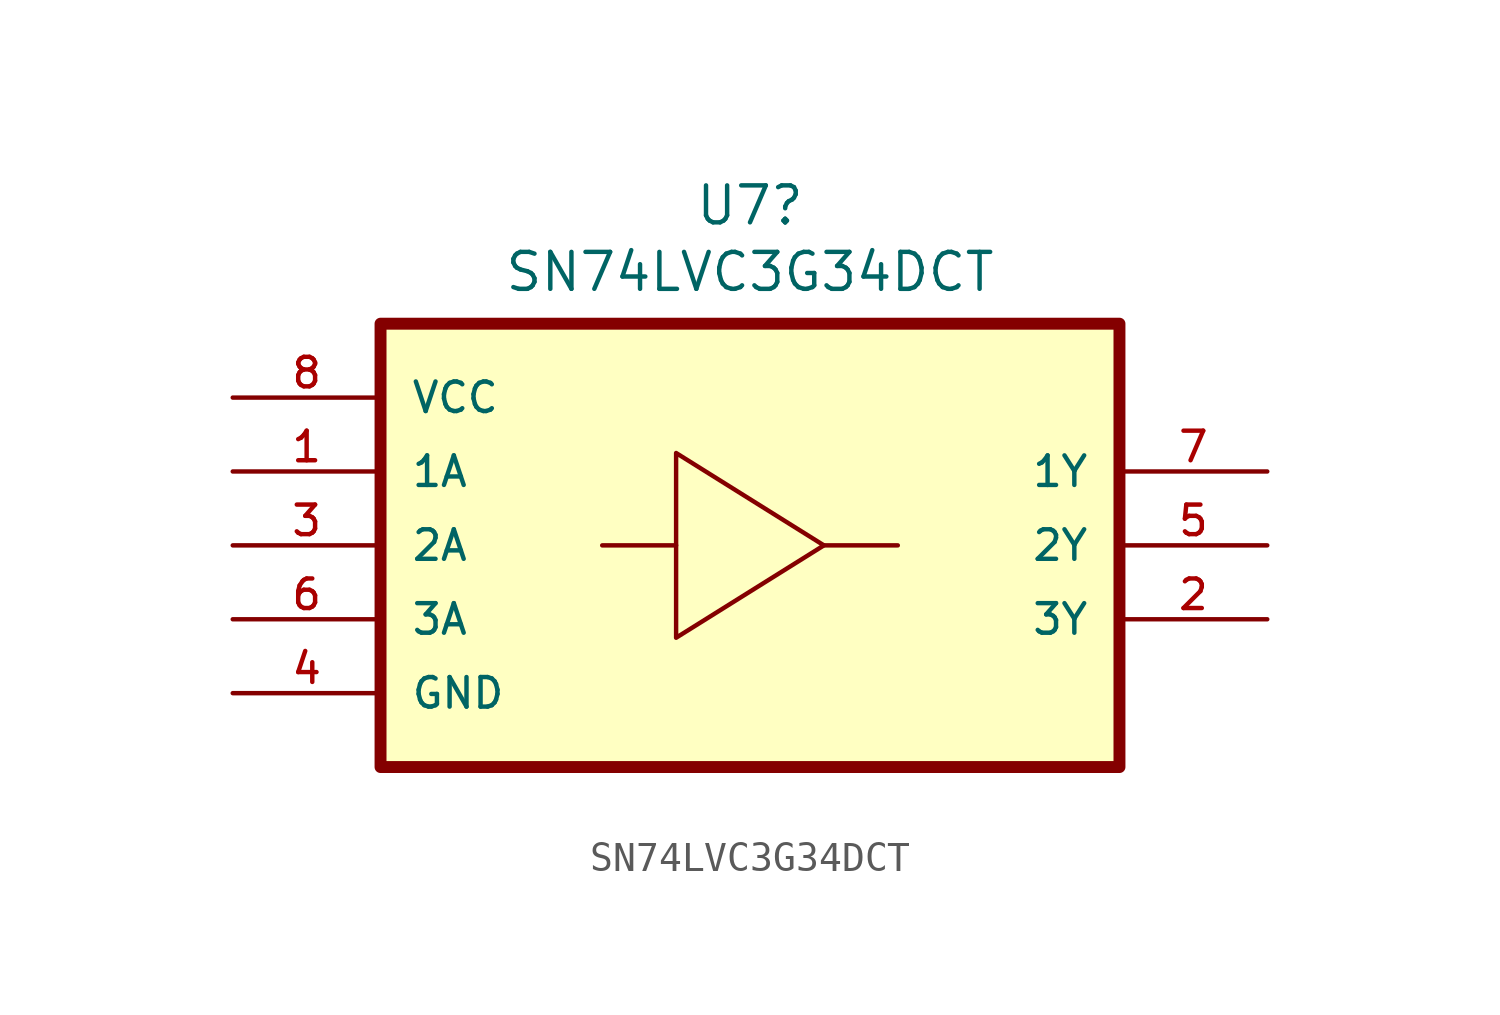
<source format=kicad_sym>
(kicad_symbol_lib
  (version 20241209)
  (generator "kicad_symbol_editor")
  (generator_version "9.0")
  (symbol "SN74LVC3G34DCT"
    (pin_names
      (offset 1.016))
    (property "Reference" "U7"
      (at 0 11.684 0)
      (effects (font (size 1.27 1.27))))
    (property "Value" "SN74LVC3G34DCT"
      (at 0 9.398 0)
      (effects (font (size 1.27 1.27))))
    (symbol "SN74LVC3G34DCT_0_0"
      (rectangle (start -12.7 7.62) (end 12.7 -7.62) (stroke (width 0.41) (type default)) (fill (type background)))
      (pin input line (at -17.78 2.54 0) (length 5.08) (name "1A" (effects (font (size 1.016 1.016)))) (number "1" (effects (font (size 1.016 1.016)))))
      (pin input line (at -17.78 0 0) (length 5.08) (name "2A" (effects (font (size 1.016 1.016)))) (number "3" (effects (font (size 1.016 1.016))))))
    (symbol "SN74LVC3G34DCT_0_1"
      (polyline (pts (xy -2.54 3.175) (xy -2.54 -3.175) (xy 2.54 0) (xy -2.54 3.175)) (stroke (width 0) (type default)) (fill (type none)))
      (polyline (pts (xy -2.54 0) (xy -5.08 0)) (stroke (width 0) (type default)) (fill (type none)))
      (polyline (pts (xy 2.54 0) (xy 5.08 0)) (stroke (width 0) (type default)) (fill (type none))))
    (symbol "SN74LVC3G34DCT_1_0"
      (pin power_in line (at -17.78 5.08 0) (length 5.08) (name "VCC" (effects (font (size 1.016 1.016)))) (number "8" (effects (font (size 1.016 1.016)))))
      (pin input line (at -17.78 -2.54 0) (length 5.08) (name "3A" (effects (font (size 1.016 1.016)))) (number "6" (effects (font (size 1.016 1.016)))))
      (pin power_in line (at -17.78 -5.08 0) (length 5.08) (name "GND" (effects (font (size 1.016 1.016)))) (number "4" (effects (font (size 1.016 1.016)))))
      (pin output line (at 17.78 2.54 180) (length 5.08) (name "1Y" (effects (font (size 1.016 1.016)))) (number "7" (effects (font (size 1.016 1.016)))))
      (pin output line (at 17.78 0 180) (length 5.08) (name "2Y" (effects (font (size 1.016 1.016)))) (number "5" (effects (font (size 1.016 1.016)))))
      (pin output line (at 17.78 -2.54 180) (length 5.08) (name "3Y" (effects (font (size 1.016 1.016)))) (number "2" (effects (font (size 1.016 1.016))))))))
</source>
